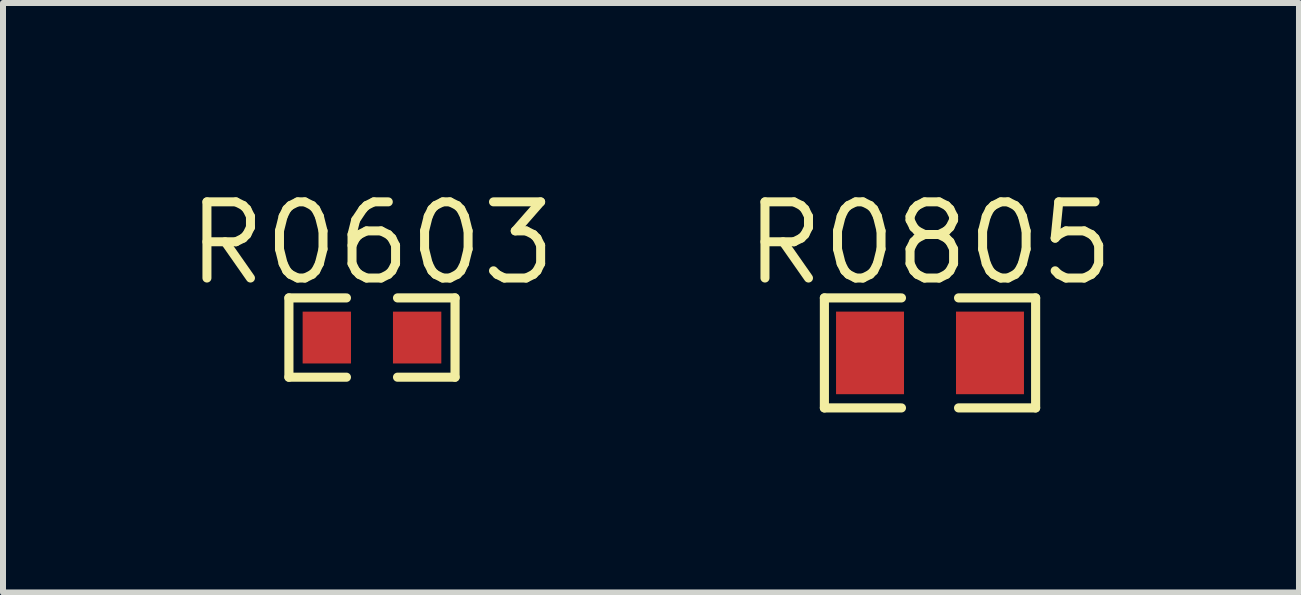
<source format=kicad_pcb>
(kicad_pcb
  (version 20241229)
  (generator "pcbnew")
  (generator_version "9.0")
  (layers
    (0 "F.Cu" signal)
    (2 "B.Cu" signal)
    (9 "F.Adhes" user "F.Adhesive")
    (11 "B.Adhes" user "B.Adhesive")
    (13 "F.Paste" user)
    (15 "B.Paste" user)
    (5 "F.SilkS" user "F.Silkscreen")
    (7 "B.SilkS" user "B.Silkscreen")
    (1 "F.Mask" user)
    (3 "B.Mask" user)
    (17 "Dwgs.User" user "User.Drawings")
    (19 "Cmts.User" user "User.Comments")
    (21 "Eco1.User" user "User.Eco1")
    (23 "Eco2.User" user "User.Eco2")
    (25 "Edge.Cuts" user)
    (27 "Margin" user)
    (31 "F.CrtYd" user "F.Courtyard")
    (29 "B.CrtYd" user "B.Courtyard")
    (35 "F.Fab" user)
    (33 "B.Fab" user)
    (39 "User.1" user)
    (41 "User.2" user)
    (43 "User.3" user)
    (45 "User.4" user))
  (footprint "R0805"
    (layer "F.Cu")
    (at 12.456 2.834)
    (property "Reference" "R0805" (at 0 -1.828 0) (layer "F.SilkS") (effects (font (size 1.27 1.27) (thickness 0.15))))
    (fp_line (start -1.761 -0.917) (end -0.476 -0.917) (stroke (width 0.152) (type default)) (layer "F.SilkS"))
    (fp_line (start -1.761 0.917) (end -1.761 -0.917) (stroke (width 0.152) (type default)) (layer "F.SilkS"))
    (fp_line (start -0.476 0.917) (end -1.761 0.917) (stroke (width 0.152) (type default)) (layer "F.SilkS"))
    (fp_line (start 0.476 0.917) (end 1.761 0.917) (stroke (width 0.152) (type default)) (layer "F.SilkS"))
    (fp_line (start 1.761 -0.917) (end 0.476 -0.917) (stroke (width 0.152) (type default)) (layer "F.SilkS"))
    (fp_line (start 1.761 0.917) (end 1.761 -0.917) (stroke (width 0.152) (type default)) (layer "F.SilkS"))
    (fp_circle (center -1 0.637) (end -0.97 0.637) (stroke (width 0.06) (type default)) (fill no) (layer "User.5"))
    (pad "1" smd rect (at -1 0) (size 1.133 1.377) (layers "F.Cu" "F.Mask" "F.Paste"))
    (pad "2" smd rect (at 1 0) (size 1.133 1.377) (layers "F.Cu" "F.Mask" "F.Paste"))
    (zone (net_name "") (layer "F.Paste") (hatch edge 0.5) (priority 100) (connect_pads yes) (min_thickness 0) (filled_areas_thickness no) (fill yes) (polygon (pts (xy 10.756 3.474) (xy 10.756 2.195) (xy 10.806 2.144) (xy 11.956 2.144) (xy 12.006 2.195) (xy 12.011 2.605) (xy 11.561 2.605) (xy 11.561 3.054) (xy 12.001 3.054) (xy 12.006 3.474) (xy 11.956 3.525) (xy 10.806 3.525))) (filled_polygon (layer "F.Paste") (island) (pts (xy 10.756 3.474) (xy 10.756 2.195) (xy 10.806 2.144) (xy 11.956 2.144) (xy 12.006 2.195) (xy 12.011 2.605) (xy 11.561 2.605) (xy 11.561 3.054) (xy 12.001 3.054) (xy 12.006 3.474) (xy 11.956 3.525) (xy 10.806 3.525))))
    (zone (net_name "") (layer "F.Paste") (hatch edge 0.5) (priority 100) (connect_pads yes) (min_thickness 0) (filled_areas_thickness no) (fill yes) (polygon (pts (xy 12.906 3.474) (xy 12.906 3.054) (xy 13.351 3.054) (xy 13.351 2.605) (xy 12.911 2.605) (xy 12.906 2.195) (xy 12.956 2.144) (xy 14.106 2.144) (xy 14.156 2.195) (xy 14.156 3.474) (xy 14.106 3.525) (xy 12.956 3.525))) (filled_polygon (layer "F.Paste") (island) (pts (xy 12.906 3.474) (xy 12.906 3.054) (xy 13.351 3.054) (xy 13.351 2.605) (xy 12.911 2.605) (xy 12.906 2.195) (xy 12.956 2.144) (xy 14.106 2.144) (xy 14.156 2.195) (xy 14.156 3.474) (xy 14.106 3.525) (xy 12.956 3.525))))
    (zone (net_name "") (layer "User.3") (hatch edge 0.5) (priority 100) (connect_pads yes) (min_thickness 0) (filled_areas_thickness no) (fill yes) (polygon (pts (xy 11.456 3.472) (xy 11.456 2.197) (xy 13.456 2.197) (xy 13.456 3.472))) (filled_polygon (layer "User.3") (island) (pts (xy 11.456 3.472) (xy 11.456 2.197) (xy 13.456 2.197) (xy 13.456 3.472))))
    (zone (net_name "") (layer "User.4") (hatch edge 0.5) (priority 100) (connect_pads yes) (min_thickness 0) (filled_areas_thickness no) (fill yes) (polygon (pts (xy 11.456 3.472) (xy 11.456 2.197) (xy 11.856 2.197) (xy 11.856 3.472))) (filled_polygon (layer "User.4") (island) (pts (xy 11.456 3.472) (xy 11.456 2.197) (xy 11.856 2.197) (xy 11.856 3.472))))
    (zone (net_name "") (layer "User.4") (hatch edge 0.5) (priority 100) (connect_pads yes) (min_thickness 0) (filled_areas_thickness no) (fill yes) (polygon (pts (xy 13.456 3.472) (xy 13.456 2.197) (xy 13.056 2.197) (xy 13.056 3.472))) (filled_polygon (layer "User.4") (island) (pts (xy 13.456 3.472) (xy 13.456 2.197) (xy 13.056 2.197) (xy 13.056 3.472)))))
  (footprint "R0603"
    (layer "F.Cu")
    (at 3.152 2.578)
    (property "Reference" "R0603" (at 0 -1.572 0) (layer "F.SilkS") (effects (font (size 1.27 1.27) (thickness 0.15))))
    (fp_line (start -1.385 -0.661) (end -0.426 -0.661) (stroke (width 0.152) (type default)) (layer "F.SilkS"))
    (fp_line (start -1.385 0.661) (end -1.385 -0.661) (stroke (width 0.152) (type default)) (layer "F.SilkS"))
    (fp_line (start -0.426 0.661) (end -1.385 0.661) (stroke (width 0.152) (type default)) (layer "F.SilkS"))
    (fp_line (start 0.426 0.661) (end 1.385 0.661) (stroke (width 0.152) (type default)) (layer "F.SilkS"))
    (fp_line (start 1.385 -0.661) (end 0.426 -0.661) (stroke (width 0.152) (type default)) (layer "F.SilkS"))
    (fp_line (start 1.385 0.661) (end 1.385 -0.661) (stroke (width 0.152) (type default)) (layer "F.SilkS"))
    (fp_circle (center -0.8 0.4) (end -0.77 0.4) (stroke (width 0.06) (type default)) (fill no) (layer "User.5"))
    (pad "1" smd rect (at -0.753 0) (size 0.806 0.864) (layers "F.Cu" "F.Mask" "F.Paste"))
    (pad "2" smd rect (at 0.753 0) (size 0.806 0.864) (layers "F.Cu" "F.Mask" "F.Paste"))
    (zone (net_name "") (layer "F.Paste") (hatch edge 0.5) (priority 100) (connect_pads yes) (min_thickness 0) (filled_areas_thickness no) (fill yes) (polygon (pts (xy 1.957 3.028) (xy 2.757 3.028) (xy 2.807 2.978) (xy 2.807 2.75) (xy 2.437 2.75) (xy 2.437 2.42) (xy 2.807 2.42) (xy 2.807 2.178) (xy 2.757 2.128) (xy 1.957 2.128) (xy 1.907 2.178) (xy 1.907 2.978))) (filled_polygon (layer "F.Paste") (island) (pts (xy 1.957 3.028) (xy 2.757 3.028) (xy 2.807 2.978) (xy 2.807 2.75) (xy 2.437 2.75) (xy 2.437 2.42) (xy 2.807 2.42) (xy 2.807 2.178) (xy 2.757 2.128) (xy 1.957 2.128) (xy 1.907 2.178) (xy 1.907 2.978))))
    (zone (net_name "") (layer "F.Paste") (hatch edge 0.5) (priority 100) (connect_pads yes) (min_thickness 0) (filled_areas_thickness no) (fill yes) (polygon (pts (xy 4.347 2.128) (xy 3.547 2.128) (xy 3.497 2.178) (xy 3.497 2.406) (xy 3.867 2.406) (xy 3.867 2.736) (xy 3.497 2.736) (xy 3.497 2.978) (xy 3.547 3.028) (xy 4.347 3.028) (xy 4.397 2.978) (xy 4.397 2.178))) (filled_polygon (layer "F.Paste") (island) (pts (xy 4.347 2.128) (xy 3.547 2.128) (xy 3.497 2.178) (xy 3.497 2.406) (xy 3.867 2.406) (xy 3.867 2.736) (xy 3.497 2.736) (xy 3.497 2.978) (xy 3.547 3.028) (xy 4.347 3.028) (xy 4.397 2.978) (xy 4.397 2.178))))
    (zone (net_name "") (layer "User.3") (hatch edge 0.5) (priority 100) (connect_pads yes) (min_thickness 0) (filled_areas_thickness no) (fill yes) (polygon (pts (xy 2.352 2.978) (xy 2.352 2.178) (xy 3.952 2.178) (xy 3.952 2.978))) (filled_polygon (layer "User.3") (island) (pts (xy 2.352 2.978) (xy 2.352 2.178) (xy 3.952 2.178) (xy 3.952 2.978))))
    (zone (net_name "") (layer "User.4") (hatch edge 0.5) (priority 100) (connect_pads yes) (min_thickness 0) (filled_areas_thickness no) (fill yes) (polygon (pts (xy 2.352 2.978) (xy 2.352 2.178) (xy 2.652 2.178) (xy 2.652 2.978))) (filled_polygon (layer "User.4") (island) (pts (xy 2.352 2.978) (xy 2.352 2.178) (xy 2.652 2.178) (xy 2.652 2.978))))
    (zone (net_name "") (layer "User.4") (hatch edge 0.5) (priority 100) (connect_pads yes) (min_thickness 0) (filled_areas_thickness no) (fill yes) (polygon (pts (xy 3.952 2.978) (xy 3.952 2.178) (xy 3.652 2.178) (xy 3.652 2.978))) (filled_polygon (layer "User.4") (island) (pts (xy 3.952 2.978) (xy 3.952 2.178) (xy 3.652 2.178) (xy 3.652 2.978)))))
  (gr_rect
    (start -3 -3)
    (end 18.608 6.828)
    (stroke (width 0.1) (type default))
    (fill no)
    (layer "Edge.Cuts")))
</source>
